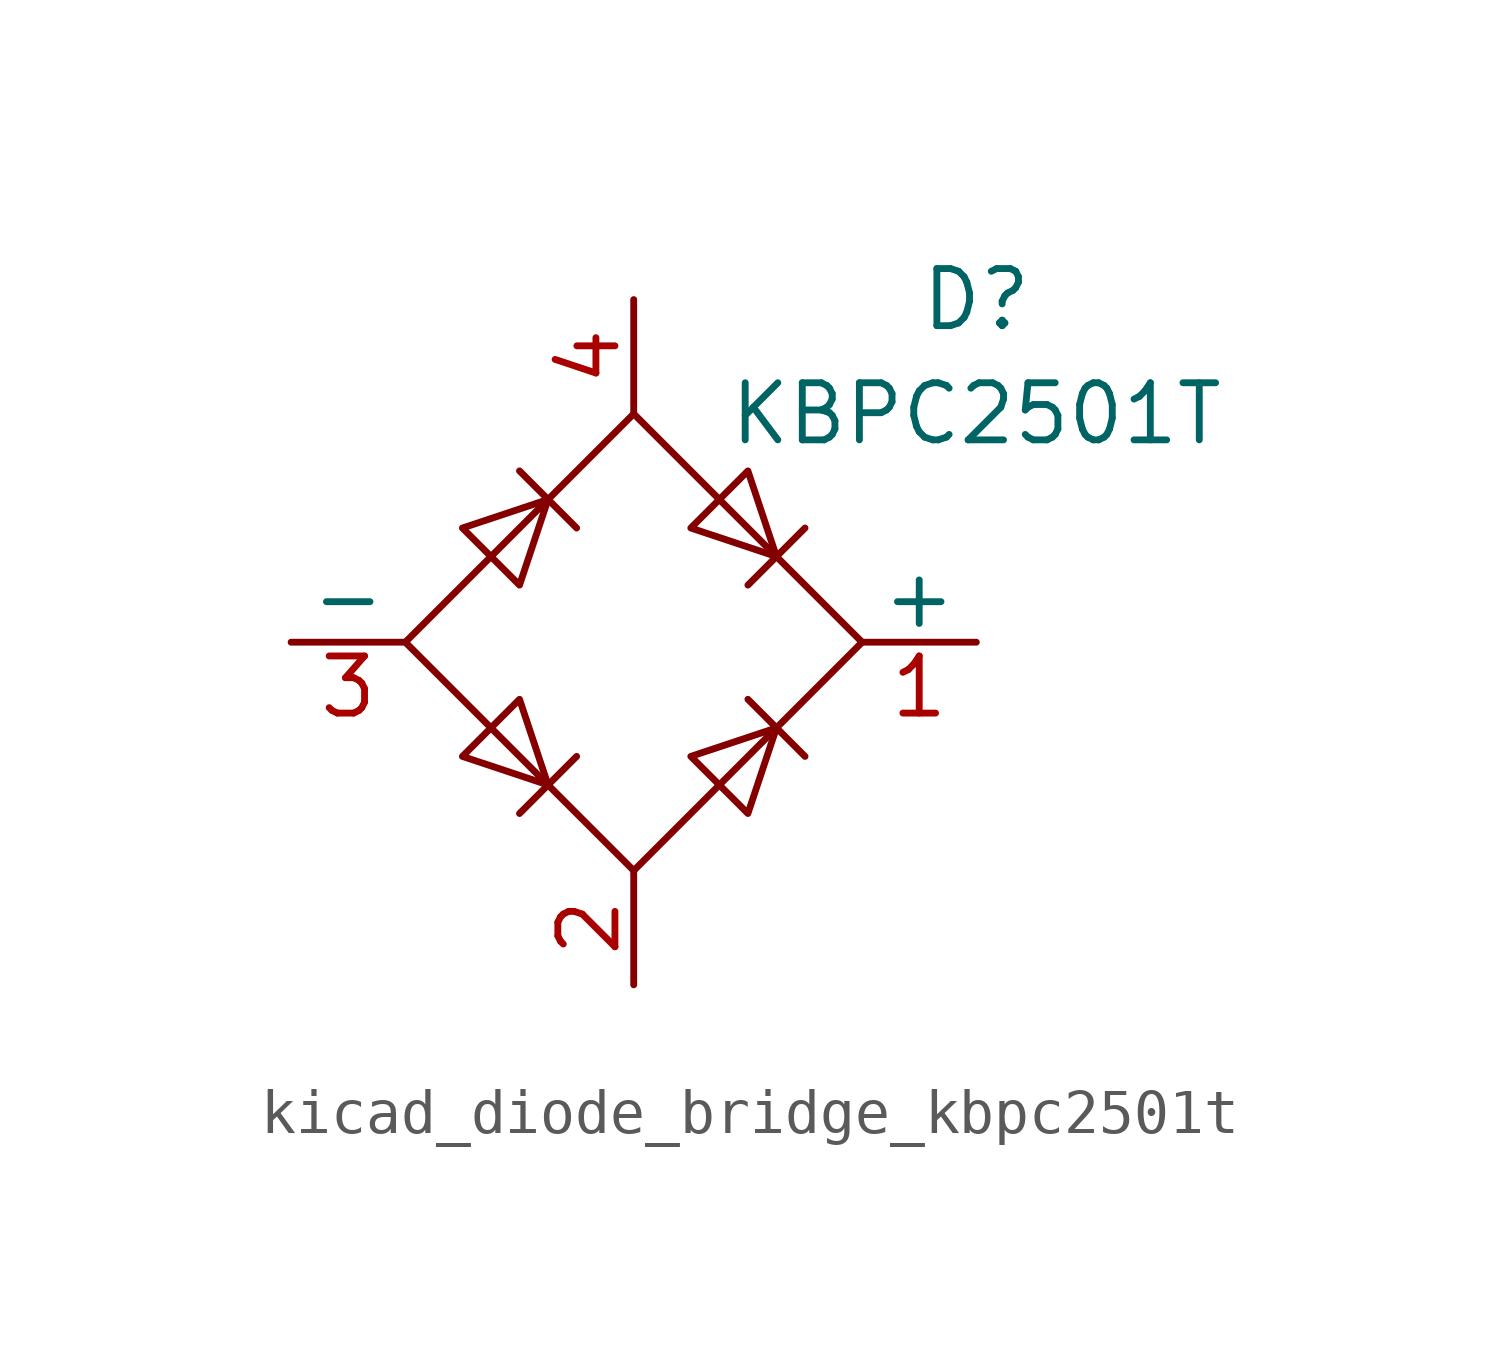
<source format=kicad_sym>
(kicad_symbol_lib
  (version 20220914)
  (generator kicad_symbol_editor)
  (symbol "kicad_diode_bridge_kbpc2501t"
    (pin_names
      (offset 0))
    (property "Reference" "D"
      (at 7.62 7.62 0)
      (effects (font (size 1.27 1.27))))
    (property "Value" "KBPC2501T"
      (at 7.62 5.08 0)
      (effects (font (size 1.27 1.27))))
    (symbol "kicad_diode_bridge_kbpc2501t_0_1"
      (polyline (pts (xy -2.54 3.81) (xy -1.27 2.54)) (stroke (width 0) (type default)) (fill (type none)))
      (polyline (pts (xy -1.27 -2.54) (xy -2.54 -3.81)) (stroke (width 0) (type default)) (fill (type none)))
      (polyline (pts (xy 2.54 -1.27) (xy 3.81 -2.54)) (stroke (width 0) (type default)) (fill (type none)))
      (polyline (pts (xy 2.54 1.27) (xy 3.81 2.54)) (stroke (width 0) (type default)) (fill (type none)))
      (polyline (pts (xy -3.81 2.54) (xy -2.54 1.27) (xy -1.905 3.175) (xy -3.81 2.54)) (stroke (width 0) (type default)) (fill (type none)))
      (polyline (pts (xy -2.54 -1.27) (xy -3.81 -2.54) (xy -1.905 -3.175) (xy -2.54 -1.27)) (stroke (width 0) (type default)) (fill (type none)))
      (polyline (pts (xy 1.27 2.54) (xy 2.54 3.81) (xy 3.175 1.905) (xy 1.27 2.54)) (stroke (width 0) (type default)) (fill (type none)))
      (polyline (pts (xy 3.175 -1.905) (xy 1.27 -2.54) (xy 2.54 -3.81) (xy 3.175 -1.905)) (stroke (width 0) (type default)) (fill (type none)))
      (polyline (pts (xy -5.08 0) (xy 0 -5.08) (xy 5.08 0) (xy 0 5.08) (xy -5.08 0)) (stroke (width 0) (type default)) (fill (type none))))
    (symbol "kicad_diode_bridge_kbpc2501t_1_1"
      (pin passive line (at 7.62 0 180) (length 2.54) (name "+" (effects (font (size 1.27 1.27)))) (number "1" (effects (font (size 1.27 1.27)))))
      (pin passive line (at 0 -7.62 90) (length 2.54) (name "~" (effects (font (size 1.27 1.27)))) (number "2" (effects (font (size 1.27 1.27)))))
      (pin passive line (at -7.62 0 0) (length 2.54) (name "-" (effects (font (size 1.27 1.27)))) (number "3" (effects (font (size 1.27 1.27)))))
      (pin passive line (at 0 7.62 270) (length 2.54) (name "~" (effects (font (size 1.27 1.27)))) (number "4" (effects (font (size 1.27 1.27))))))))
</source>
